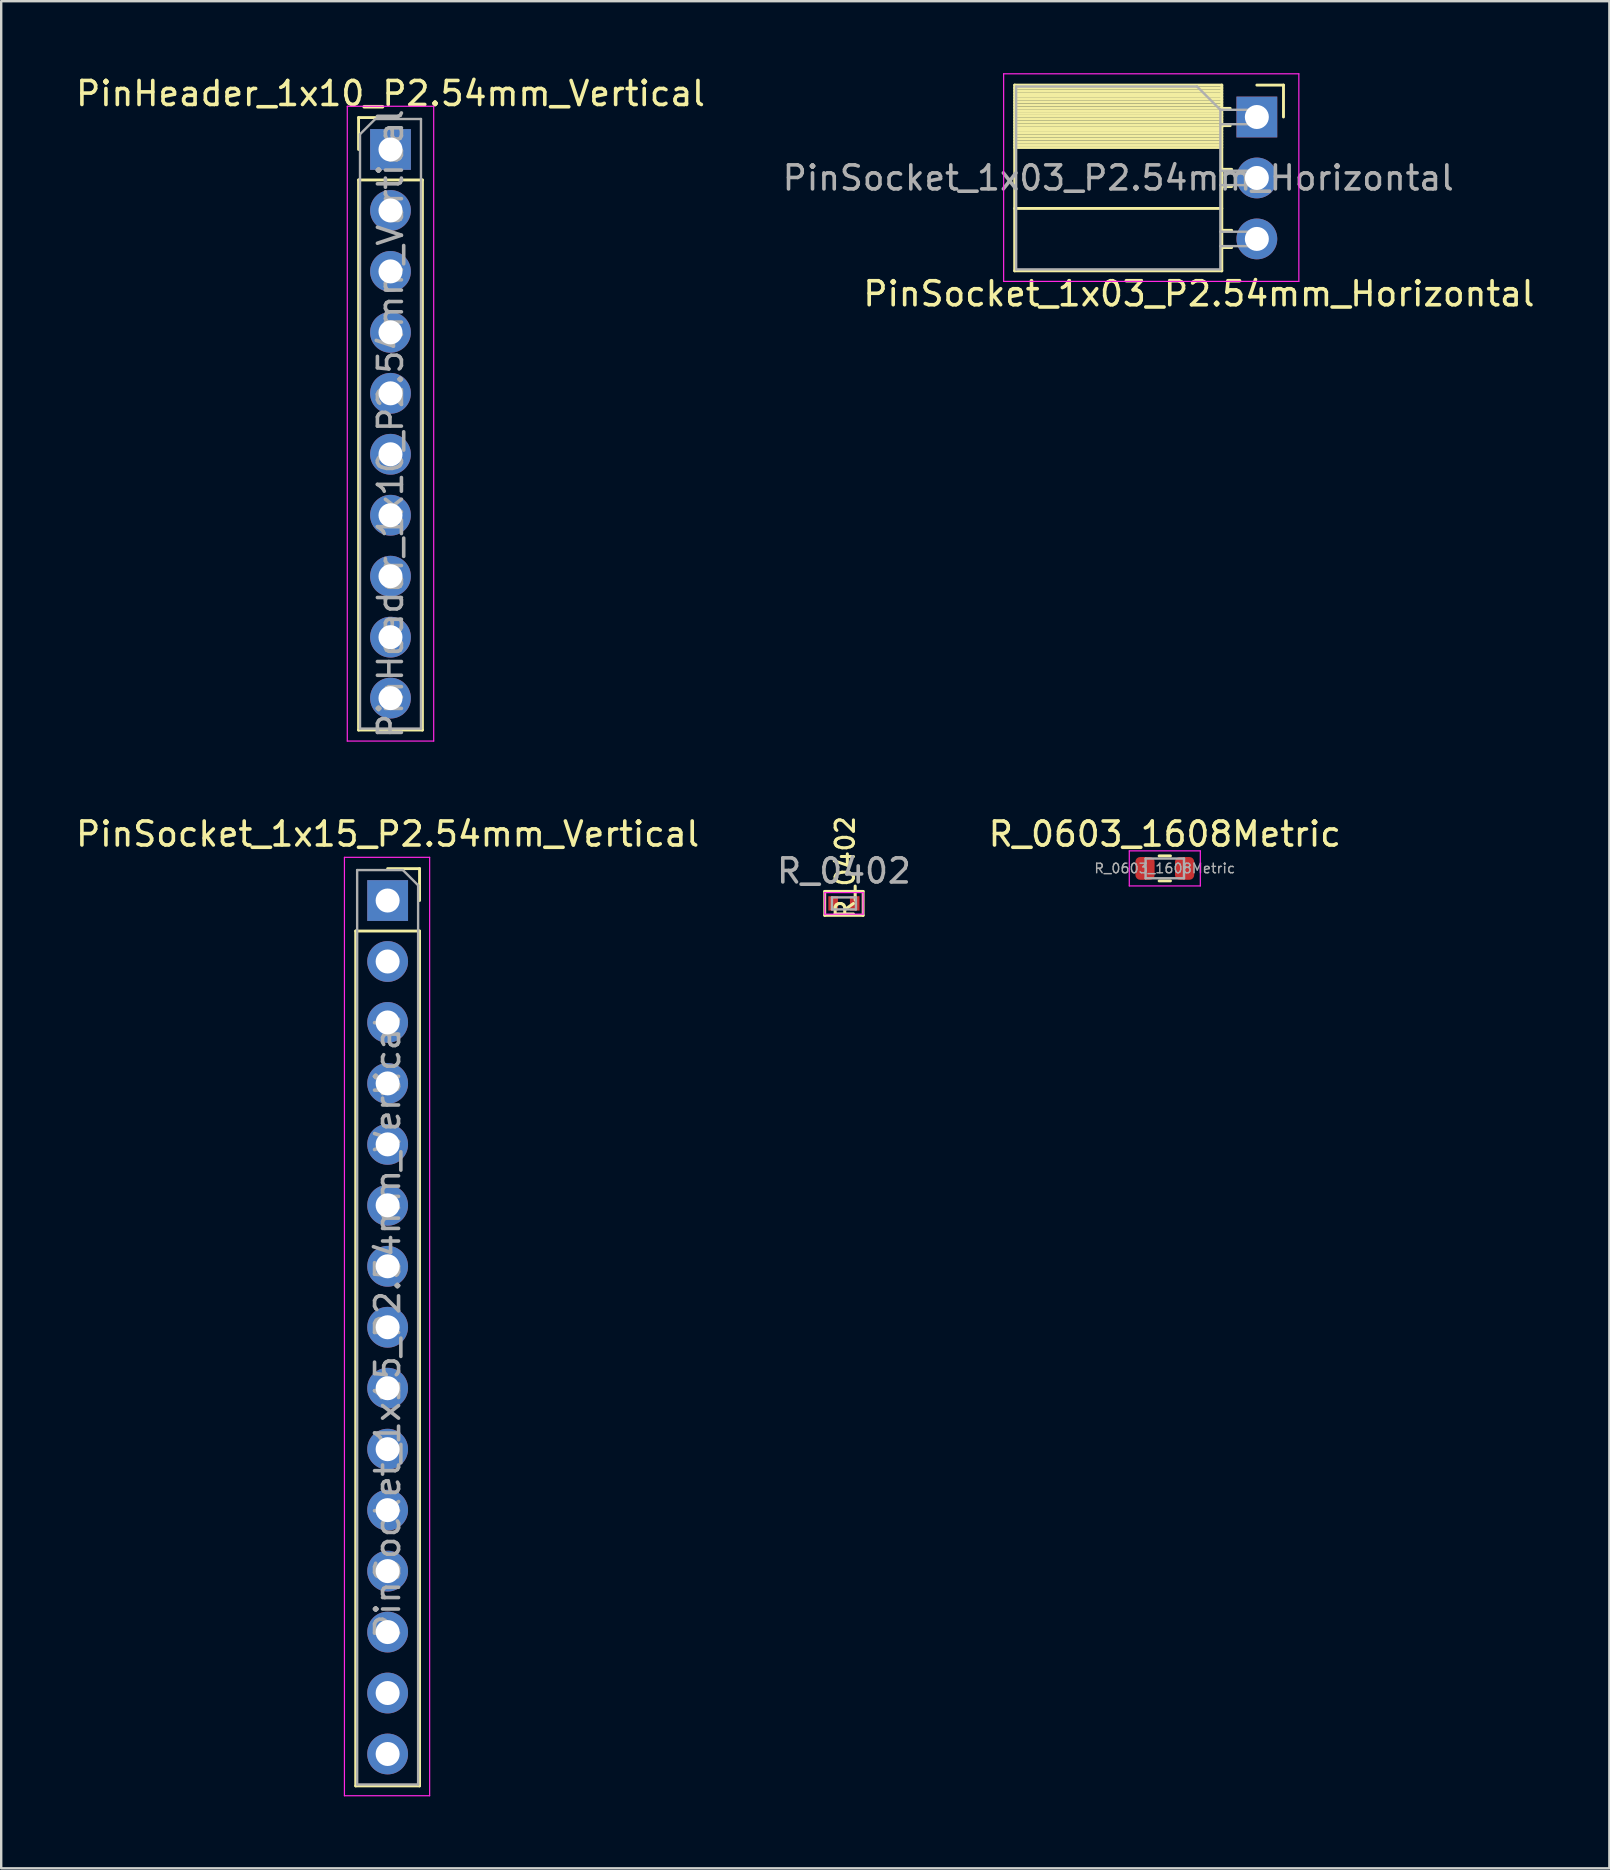
<source format=kicad_pcb>
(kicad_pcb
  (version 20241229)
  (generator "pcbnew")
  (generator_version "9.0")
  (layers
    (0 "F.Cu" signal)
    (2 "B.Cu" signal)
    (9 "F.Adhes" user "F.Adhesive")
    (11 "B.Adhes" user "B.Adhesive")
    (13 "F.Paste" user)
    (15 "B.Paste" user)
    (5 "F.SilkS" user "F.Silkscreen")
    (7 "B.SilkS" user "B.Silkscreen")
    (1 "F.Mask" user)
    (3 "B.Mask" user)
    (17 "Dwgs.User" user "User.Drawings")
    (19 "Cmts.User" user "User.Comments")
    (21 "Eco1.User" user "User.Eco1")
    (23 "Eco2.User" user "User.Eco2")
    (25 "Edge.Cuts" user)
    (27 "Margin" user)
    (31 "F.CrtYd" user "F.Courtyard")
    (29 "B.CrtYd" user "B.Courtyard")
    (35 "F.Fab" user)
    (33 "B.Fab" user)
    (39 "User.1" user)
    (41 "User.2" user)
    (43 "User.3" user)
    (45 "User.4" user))
  (footprint "PinSocket_1x15_P2.54mm_Vertical"
    (layer "F.Cu")
    (at 13.101 34.471)
    (property "Reference" "PinSocket_1x15_P2.54mm_Vertical" (at 0 -2.77 0) (layer "F.SilkS") (effects (font (size 1 1) (thickness 0.15))))
    (attr through_hole)
    (fp_line (start -1.33 1.27) (end -1.33 36.89) (stroke (width 0.12) (type solid)) (layer "F.SilkS"))
    (fp_line (start -1.33 1.27) (end 1.33 1.27) (stroke (width 0.12) (type solid)) (layer "F.SilkS"))
    (fp_line (start -1.33 36.89) (end 1.33 36.89) (stroke (width 0.12) (type solid)) (layer "F.SilkS"))
    (fp_line (start 0 -1.33) (end 1.33 -1.33) (stroke (width 0.12) (type solid)) (layer "F.SilkS"))
    (fp_line (start 1.33 -1.33) (end 1.33 0) (stroke (width 0.12) (type solid)) (layer "F.SilkS"))
    (fp_line (start 1.33 1.27) (end 1.33 36.89) (stroke (width 0.12) (type solid)) (layer "F.SilkS"))
    (fp_line (start -1.8 -1.8) (end 1.75 -1.8) (stroke (width 0.05) (type solid)) (layer "F.CrtYd"))
    (fp_line (start -1.8 37.3) (end -1.8 -1.8) (stroke (width 0.05) (type solid)) (layer "F.CrtYd"))
    (fp_line (start 1.75 -1.8) (end 1.75 37.3) (stroke (width 0.05) (type solid)) (layer "F.CrtYd"))
    (fp_line (start 1.75 37.3) (end -1.8 37.3) (stroke (width 0.05) (type solid)) (layer "F.CrtYd"))
    (fp_line (start -1.27 -1.27) (end 0.635 -1.27) (stroke (width 0.1) (type solid)) (layer "F.Fab"))
    (fp_line (start -1.27 36.83) (end -1.27 -1.27) (stroke (width 0.1) (type solid)) (layer "F.Fab"))
    (fp_line (start 0.635 -1.27) (end 1.27 -0.635) (stroke (width 0.1) (type solid)) (layer "F.Fab"))
    (fp_line (start 1.27 -0.635) (end 1.27 36.83) (stroke (width 0.1) (type solid)) (layer "F.Fab"))
    (fp_line (start 1.27 36.83) (end -1.27 36.83) (stroke (width 0.1) (type solid)) (layer "F.Fab"))
    (fp_text user "${REFERENCE}" (at 0 17.78 90) (layer "F.Fab") (effects (font (size 1 1) (thickness 0.15))))
    (pad "1" thru_hole rect (at 0 0) (size 1.7 1.7) (drill 1) (layers "*.Cu" "*.Mask"))
    (pad "2" thru_hole oval (at 0 2.54) (size 1.7 1.7) (drill 1) (layers "*.Cu" "*.Mask"))
    (pad "3" thru_hole oval (at 0 5.08) (size 1.7 1.7) (drill 1) (layers "*.Cu" "*.Mask"))
    (pad "4" thru_hole oval (at 0 7.62) (size 1.7 1.7) (drill 1) (layers "*.Cu" "*.Mask"))
    (pad "5" thru_hole oval (at 0 10.16) (size 1.7 1.7) (drill 1) (layers "*.Cu" "*.Mask"))
    (pad "6" thru_hole oval (at 0 12.7) (size 1.7 1.7) (drill 1) (layers "*.Cu" "*.Mask"))
    (pad "7" thru_hole oval (at 0 15.24) (size 1.7 1.7) (drill 1) (layers "*.Cu" "*.Mask"))
    (pad "8" thru_hole oval (at 0 17.78) (size 1.7 1.7) (drill 1) (layers "*.Cu" "*.Mask"))
    (pad "9" thru_hole oval (at 0 20.32) (size 1.7 1.7) (drill 1) (layers "*.Cu" "*.Mask"))
    (pad "10" thru_hole oval (at 0 22.86) (size 1.7 1.7) (drill 1) (layers "*.Cu" "*.Mask"))
    (pad "11" thru_hole oval (at 0 25.4) (size 1.7 1.7) (drill 1) (layers "*.Cu" "*.Mask"))
    (pad "12" thru_hole oval (at 0 27.94) (size 1.7 1.7) (drill 1) (layers "*.Cu" "*.Mask"))
    (pad "13" thru_hole oval (at 0 30.48) (size 1.7 1.7) (drill 1) (layers "*.Cu" "*.Mask"))
    (pad "14" thru_hole oval (at 0 33.02) (size 1.7 1.7) (drill 1) (layers "*.Cu" "*.Mask"))
    (pad "15" thru_hole oval (at 0 35.56) (size 1.7 1.7) (drill 1) (layers "*.Cu" "*.Mask")))
  (footprint "PinSocket_1x03_P2.54mm_Horizontal"
    (layer "F.Cu")
    (at 49.317 1.825)
    (property "Reference" "PinSocket_1x03_P2.54mm_Horizontal" (at -2.413 7.366 180) (layer "F.SilkS") (effects (font (size 1 1) (thickness 0.15))))
    (attr through_hole)
    (fp_line (start -10.09 -1.33) (end -10.09 6.41) (stroke (width 0.12) (type solid)) (layer "F.SilkS"))
    (fp_line (start -10.09 -1.33) (end -1.46 -1.33) (stroke (width 0.12) (type solid)) (layer "F.SilkS"))
    (fp_line (start -10.09 -1.21) (end -1.46 -1.21) (stroke (width 0.12) (type solid)) (layer "F.SilkS"))
    (fp_line (start -10.09 -1.092) (end -1.46 -1.092) (stroke (width 0.12) (type solid)) (layer "F.SilkS"))
    (fp_line (start -10.09 -0.974) (end -1.46 -0.974) (stroke (width 0.12) (type solid)) (layer "F.SilkS"))
    (fp_line (start -10.09 -0.856) (end -1.46 -0.856) (stroke (width 0.12) (type solid)) (layer "F.SilkS"))
    (fp_line (start -10.09 -0.738) (end -1.46 -0.738) (stroke (width 0.12) (type solid)) (layer "F.SilkS"))
    (fp_line (start -10.09 -0.62) (end -1.46 -0.62) (stroke (width 0.12) (type solid)) (layer "F.SilkS"))
    (fp_line (start -10.09 -0.501) (end -1.46 -0.501) (stroke (width 0.12) (type solid)) (layer "F.SilkS"))
    (fp_line (start -10.09 -0.383) (end -1.46 -0.383) (stroke (width 0.12) (type solid)) (layer "F.SilkS"))
    (fp_line (start -10.09 -0.265) (end -1.46 -0.265) (stroke (width 0.12) (type solid)) (layer "F.SilkS"))
    (fp_line (start -10.09 -0.147) (end -1.46 -0.147) (stroke (width 0.12) (type solid)) (layer "F.SilkS"))
    (fp_line (start -10.09 -0.029) (end -1.46 -0.029) (stroke (width 0.12) (type solid)) (layer "F.SilkS"))
    (fp_line (start -10.09 0.089) (end -1.46 0.089) (stroke (width 0.12) (type solid)) (layer "F.SilkS"))
    (fp_line (start -10.09 0.207) (end -1.46 0.207) (stroke (width 0.12) (type solid)) (layer "F.SilkS"))
    (fp_line (start -10.09 0.325) (end -1.46 0.325) (stroke (width 0.12) (type solid)) (layer "F.SilkS"))
    (fp_line (start -10.09 0.443) (end -1.46 0.443) (stroke (width 0.12) (type solid)) (layer "F.SilkS"))
    (fp_line (start -10.09 0.561) (end -1.46 0.561) (stroke (width 0.12) (type solid)) (layer "F.SilkS"))
    (fp_line (start -10.09 0.68) (end -1.46 0.68) (stroke (width 0.12) (type solid)) (layer "F.SilkS"))
    (fp_line (start -10.09 0.798) (end -1.46 0.798) (stroke (width 0.12) (type solid)) (layer "F.SilkS"))
    (fp_line (start -10.09 0.916) (end -1.46 0.916) (stroke (width 0.12) (type solid)) (layer "F.SilkS"))
    (fp_line (start -10.09 1.034) (end -1.46 1.034) (stroke (width 0.12) (type solid)) (layer "F.SilkS"))
    (fp_line (start -10.09 1.152) (end -1.46 1.152) (stroke (width 0.12) (type solid)) (layer "F.SilkS"))
    (fp_line (start -10.09 1.27) (end -1.46 1.27) (stroke (width 0.12) (type solid)) (layer "F.SilkS"))
    (fp_line (start -10.09 3.81) (end -1.46 3.81) (stroke (width 0.12) (type solid)) (layer "F.SilkS"))
    (fp_line (start -10.09 6.41) (end -1.46 6.41) (stroke (width 0.12) (type solid)) (layer "F.SilkS"))
    (fp_line (start -1.46 -1.33) (end -1.46 6.41) (stroke (width 0.12) (type solid)) (layer "F.SilkS"))
    (fp_line (start -1.46 -0.36) (end -1.11 -0.36) (stroke (width 0.12) (type solid)) (layer "F.SilkS"))
    (fp_line (start -1.46 0.36) (end -1.11 0.36) (stroke (width 0.12) (type solid)) (layer "F.SilkS"))
    (fp_line (start -1.46 2.18) (end -1.05 2.18) (stroke (width 0.12) (type solid)) (layer "F.SilkS"))
    (fp_line (start -1.46 2.9) (end -1.05 2.9) (stroke (width 0.12) (type solid)) (layer "F.SilkS"))
    (fp_line (start -1.46 4.72) (end -1.05 4.72) (stroke (width 0.12) (type solid)) (layer "F.SilkS"))
    (fp_line (start -1.46 5.44) (end -1.05 5.44) (stroke (width 0.12) (type solid)) (layer "F.SilkS"))
    (fp_line (start 0 -1.33) (end 1.11 -1.33) (stroke (width 0.12) (type solid)) (layer "F.SilkS"))
    (fp_line (start 1.11 -1.33) (end 1.11 0) (stroke (width 0.12) (type solid)) (layer "F.SilkS"))
    (fp_line (start -10.55 -1.8) (end -10.55 6.85) (stroke (width 0.05) (type solid)) (layer "F.CrtYd"))
    (fp_line (start -10.55 6.85) (end 1.75 6.85) (stroke (width 0.05) (type solid)) (layer "F.CrtYd"))
    (fp_line (start 1.75 -1.8) (end -10.55 -1.8) (stroke (width 0.05) (type solid)) (layer "F.CrtYd"))
    (fp_line (start 1.75 6.85) (end 1.75 -1.8) (stroke (width 0.05) (type solid)) (layer "F.CrtYd"))
    (fp_line (start -10.03 -1.27) (end -2.49 -1.27) (stroke (width 0.1) (type solid)) (layer "F.Fab"))
    (fp_line (start -10.03 6.35) (end -10.03 -1.27) (stroke (width 0.1) (type solid)) (layer "F.Fab"))
    (fp_line (start -2.49 -1.27) (end -1.52 -0.3) (stroke (width 0.1) (type solid)) (layer "F.Fab"))
    (fp_line (start -1.52 -0.3) (end -1.52 6.35) (stroke (width 0.1) (type solid)) (layer "F.Fab"))
    (fp_line (start -1.52 0.3) (end 0 0.3) (stroke (width 0.1) (type solid)) (layer "F.Fab"))
    (fp_line (start -1.52 2.84) (end 0 2.84) (stroke (width 0.1) (type solid)) (layer "F.Fab"))
    (fp_line (start -1.52 5.38) (end 0 5.38) (stroke (width 0.1) (type solid)) (layer "F.Fab"))
    (fp_line (start -1.52 6.35) (end -10.03 6.35) (stroke (width 0.1) (type solid)) (layer "F.Fab"))
    (fp_line (start 0 -0.3) (end -1.52 -0.3) (stroke (width 0.1) (type solid)) (layer "F.Fab"))
    (fp_line (start 0 0.3) (end 0 -0.3) (stroke (width 0.1) (type solid)) (layer "F.Fab"))
    (fp_line (start 0 2.24) (end -1.52 2.24) (stroke (width 0.1) (type solid)) (layer "F.Fab"))
    (fp_line (start 0 2.84) (end 0 2.24) (stroke (width 0.1) (type solid)) (layer "F.Fab"))
    (fp_line (start 0 4.78) (end -1.52 4.78) (stroke (width 0.1) (type solid)) (layer "F.Fab"))
    (fp_line (start 0 5.38) (end 0 4.78) (stroke (width 0.1) (type solid)) (layer "F.Fab"))
    (fp_text user "${REFERENCE}" (at -5.775 2.54 180) (layer "F.Fab") (effects (font (size 1 1) (thickness 0.15))))
    (pad "1" thru_hole rect (at 0 0) (size 1.7 1.7) (drill 1) (layers "*.Cu" "*.Mask"))
    (pad "2" thru_hole oval (at 0 2.54) (size 1.7 1.7) (drill 1) (layers "*.Cu" "*.Mask"))
    (pad "3" thru_hole oval (at 0 5.08) (size 1.7 1.7) (drill 1) (layers "*.Cu" "*.Mask")))
  (footprint "PinHeader_1x10_P2.54mm_Vertical"
    (layer "F.Cu")
    (at 13.22 3.178)
    (property "Reference" "PinHeader_1x10_P2.54mm_Vertical" (at 0 -2.33 0) (layer "F.SilkS") (effects (font (size 1 1) (thickness 0.15))))
    (attr through_hole)
    (fp_line (start -1.33 -1.33) (end 0 -1.33) (stroke (width 0.12) (type solid)) (layer "F.SilkS"))
    (fp_line (start -1.33 0) (end -1.33 -1.33) (stroke (width 0.12) (type solid)) (layer "F.SilkS"))
    (fp_line (start -1.33 1.27) (end -1.33 24.19) (stroke (width 0.12) (type solid)) (layer "F.SilkS"))
    (fp_line (start -1.33 1.27) (end 1.33 1.27) (stroke (width 0.12) (type solid)) (layer "F.SilkS"))
    (fp_line (start -1.33 24.19) (end 1.33 24.19) (stroke (width 0.12) (type solid)) (layer "F.SilkS"))
    (fp_line (start 1.33 1.27) (end 1.33 24.19) (stroke (width 0.12) (type solid)) (layer "F.SilkS"))
    (fp_line (start -1.8 -1.8) (end -1.8 24.65) (stroke (width 0.05) (type solid)) (layer "F.CrtYd"))
    (fp_line (start -1.8 24.65) (end 1.8 24.65) (stroke (width 0.05) (type solid)) (layer "F.CrtYd"))
    (fp_line (start 1.8 -1.8) (end -1.8 -1.8) (stroke (width 0.05) (type solid)) (layer "F.CrtYd"))
    (fp_line (start 1.8 24.65) (end 1.8 -1.8) (stroke (width 0.05) (type solid)) (layer "F.CrtYd"))
    (fp_line (start -1.27 -0.635) (end -0.635 -1.27) (stroke (width 0.1) (type solid)) (layer "F.Fab"))
    (fp_line (start -1.27 24.13) (end -1.27 -0.635) (stroke (width 0.1) (type solid)) (layer "F.Fab"))
    (fp_line (start -0.635 -1.27) (end 1.27 -1.27) (stroke (width 0.1) (type solid)) (layer "F.Fab"))
    (fp_line (start 1.27 -1.27) (end 1.27 24.13) (stroke (width 0.1) (type solid)) (layer "F.Fab"))
    (fp_line (start 1.27 24.13) (end -1.27 24.13) (stroke (width 0.1) (type solid)) (layer "F.Fab"))
    (fp_text user "${REFERENCE}" (at 0 11.43 90) (layer "F.Fab") (effects (font (size 1 1) (thickness 0.15))))
    (pad "1" thru_hole rect (at 0 0) (size 1.7 1.7) (drill 1) (layers "*.Cu" "*.Mask"))
    (pad "2" thru_hole oval (at 0 2.54) (size 1.7 1.7) (drill 1) (layers "*.Cu" "*.Mask"))
    (pad "3" thru_hole oval (at 0 5.08) (size 1.7 1.7) (drill 1) (layers "*.Cu" "*.Mask"))
    (pad "4" thru_hole oval (at 0 7.62) (size 1.7 1.7) (drill 1) (layers "*.Cu" "*.Mask"))
    (pad "5" thru_hole oval (at 0 10.16) (size 1.7 1.7) (drill 1) (layers "*.Cu" "*.Mask"))
    (pad "6" thru_hole oval (at 0 12.7) (size 1.7 1.7) (drill 1) (layers "*.Cu" "*.Mask"))
    (pad "7" thru_hole oval (at 0 15.24) (size 1.7 1.7) (drill 1) (layers "*.Cu" "*.Mask"))
    (pad "8" thru_hole oval (at 0 17.78) (size 1.7 1.7) (drill 1) (layers "*.Cu" "*.Mask"))
    (pad "9" thru_hole oval (at 0 20.32) (size 1.7 1.7) (drill 1) (layers "*.Cu" "*.Mask"))
    (pad "10" thru_hole oval (at 0 22.86) (size 1.7 1.7) (drill 1) (layers "*.Cu" "*.Mask")))
  (footprint "R_0402"
    (layer "F.Cu")
    (at 32.113 34.59)
    (property "Reference" "R_0402" (at 0.05 -1.5 270) (layer "F.SilkS") (effects (font (size 0.762 0.762) (thickness 0.127))))
    (attr smd)
    (fp_line (start -0.8 -0.5) (end -0.8 0.5) (stroke (width 0.12) (type solid)) (layer "F.SilkS"))
    (fp_line (start -0.8 0.5) (end 0.8 0.5) (stroke (width 0.12) (type solid)) (layer "F.SilkS"))
    (fp_line (start 0.8 -0.5) (end -0.8 -0.5) (stroke (width 0.12) (type solid)) (layer "F.SilkS"))
    (fp_line (start 0.8 -0.5) (end 0.8 0.5) (stroke (width 0.12) (type solid)) (layer "F.SilkS"))
    (fp_line (start -0.8 -0.45) (end -0.8 0.45) (stroke (width 0.05) (type solid)) (layer "F.CrtYd"))
    (fp_line (start -0.8 -0.45) (end 0.8 -0.45) (stroke (width 0.05) (type solid)) (layer "F.CrtYd"))
    (fp_line (start 0.8 0.45) (end -0.8 0.45) (stroke (width 0.05) (type solid)) (layer "F.CrtYd"))
    (fp_line (start 0.8 0.45) (end 0.8 -0.45) (stroke (width 0.05) (type solid)) (layer "F.CrtYd"))
    (fp_line (start -0.5 -0.25) (end 0.5 -0.25) (stroke (width 0.1) (type solid)) (layer "F.Fab"))
    (fp_line (start -0.5 0.25) (end -0.5 -0.25) (stroke (width 0.1) (type solid)) (layer "F.Fab"))
    (fp_line (start 0.5 -0.25) (end 0.5 0.25) (stroke (width 0.1) (type solid)) (layer "F.Fab"))
    (fp_line (start 0.5 0.25) (end -0.5 0.25) (stroke (width 0.1) (type solid)) (layer "F.Fab"))
    (fp_text user "${REFERENCE}" (at 0 -1.35 0) (layer "F.Fab") (effects (font (size 1 1) (thickness 0.15))))
    (pad "1" smd rect (at -0.45 0) (size 0.4 0.6) (layers "F.Cu" "F.Mask" "F.Paste"))
    (pad "2" smd rect (at 0.45 0) (size 0.4 0.6) (layers "F.Cu" "F.Mask" "F.Paste")))
  (footprint "R_0603_1608Metric"
    (layer "F.Cu")
    (at 45.482 33.132)
    (property "Reference" "R_0603_1608Metric" (at 0 -1.43 0) (layer "F.SilkS") (effects (font (size 1 1) (thickness 0.15))))
    (attr smd)
    (fp_line (start -0.237 -0.522) (end 0.237 -0.522) (stroke (width 0.12) (type solid)) (layer "F.SilkS"))
    (fp_line (start -0.237 0.522) (end 0.237 0.522) (stroke (width 0.12) (type solid)) (layer "F.SilkS"))
    (fp_line (start -1.48 -0.73) (end 1.48 -0.73) (stroke (width 0.05) (type solid)) (layer "F.CrtYd"))
    (fp_line (start -1.48 0.73) (end -1.48 -0.73) (stroke (width 0.05) (type solid)) (layer "F.CrtYd"))
    (fp_line (start 1.48 -0.73) (end 1.48 0.73) (stroke (width 0.05) (type solid)) (layer "F.CrtYd"))
    (fp_line (start 1.48 0.73) (end -1.48 0.73) (stroke (width 0.05) (type solid)) (layer "F.CrtYd"))
    (fp_line (start -0.8 -0.412) (end 0.8 -0.412) (stroke (width 0.1) (type solid)) (layer "F.Fab"))
    (fp_line (start -0.8 0.412) (end -0.8 -0.412) (stroke (width 0.1) (type solid)) (layer "F.Fab"))
    (fp_line (start 0.8 -0.412) (end 0.8 0.412) (stroke (width 0.1) (type solid)) (layer "F.Fab"))
    (fp_line (start 0.8 0.412) (end -0.8 0.412) (stroke (width 0.1) (type solid)) (layer "F.Fab"))
    (fp_text user "${REFERENCE}" (at 0 0 0) (layer "F.Fab") (effects (font (size 0.4 0.4) (thickness 0.06))))
    (pad "1" smd roundrect (at -0.825 0) (size 0.8 0.95) (layers "F.Cu" "F.Mask" "F.Paste") (roundrect_rratio 0.25))
    (pad "2" smd roundrect (at 0.825 0) (size 0.8 0.95) (layers "F.Cu" "F.Mask" "F.Paste") (roundrect_rratio 0.25)))
  (gr_rect
    (start -3 -3)
    (end 64.005 74.796)
    (stroke (width 0.1) (type default))
    (fill no)
    (layer "Edge.Cuts")))
</source>
